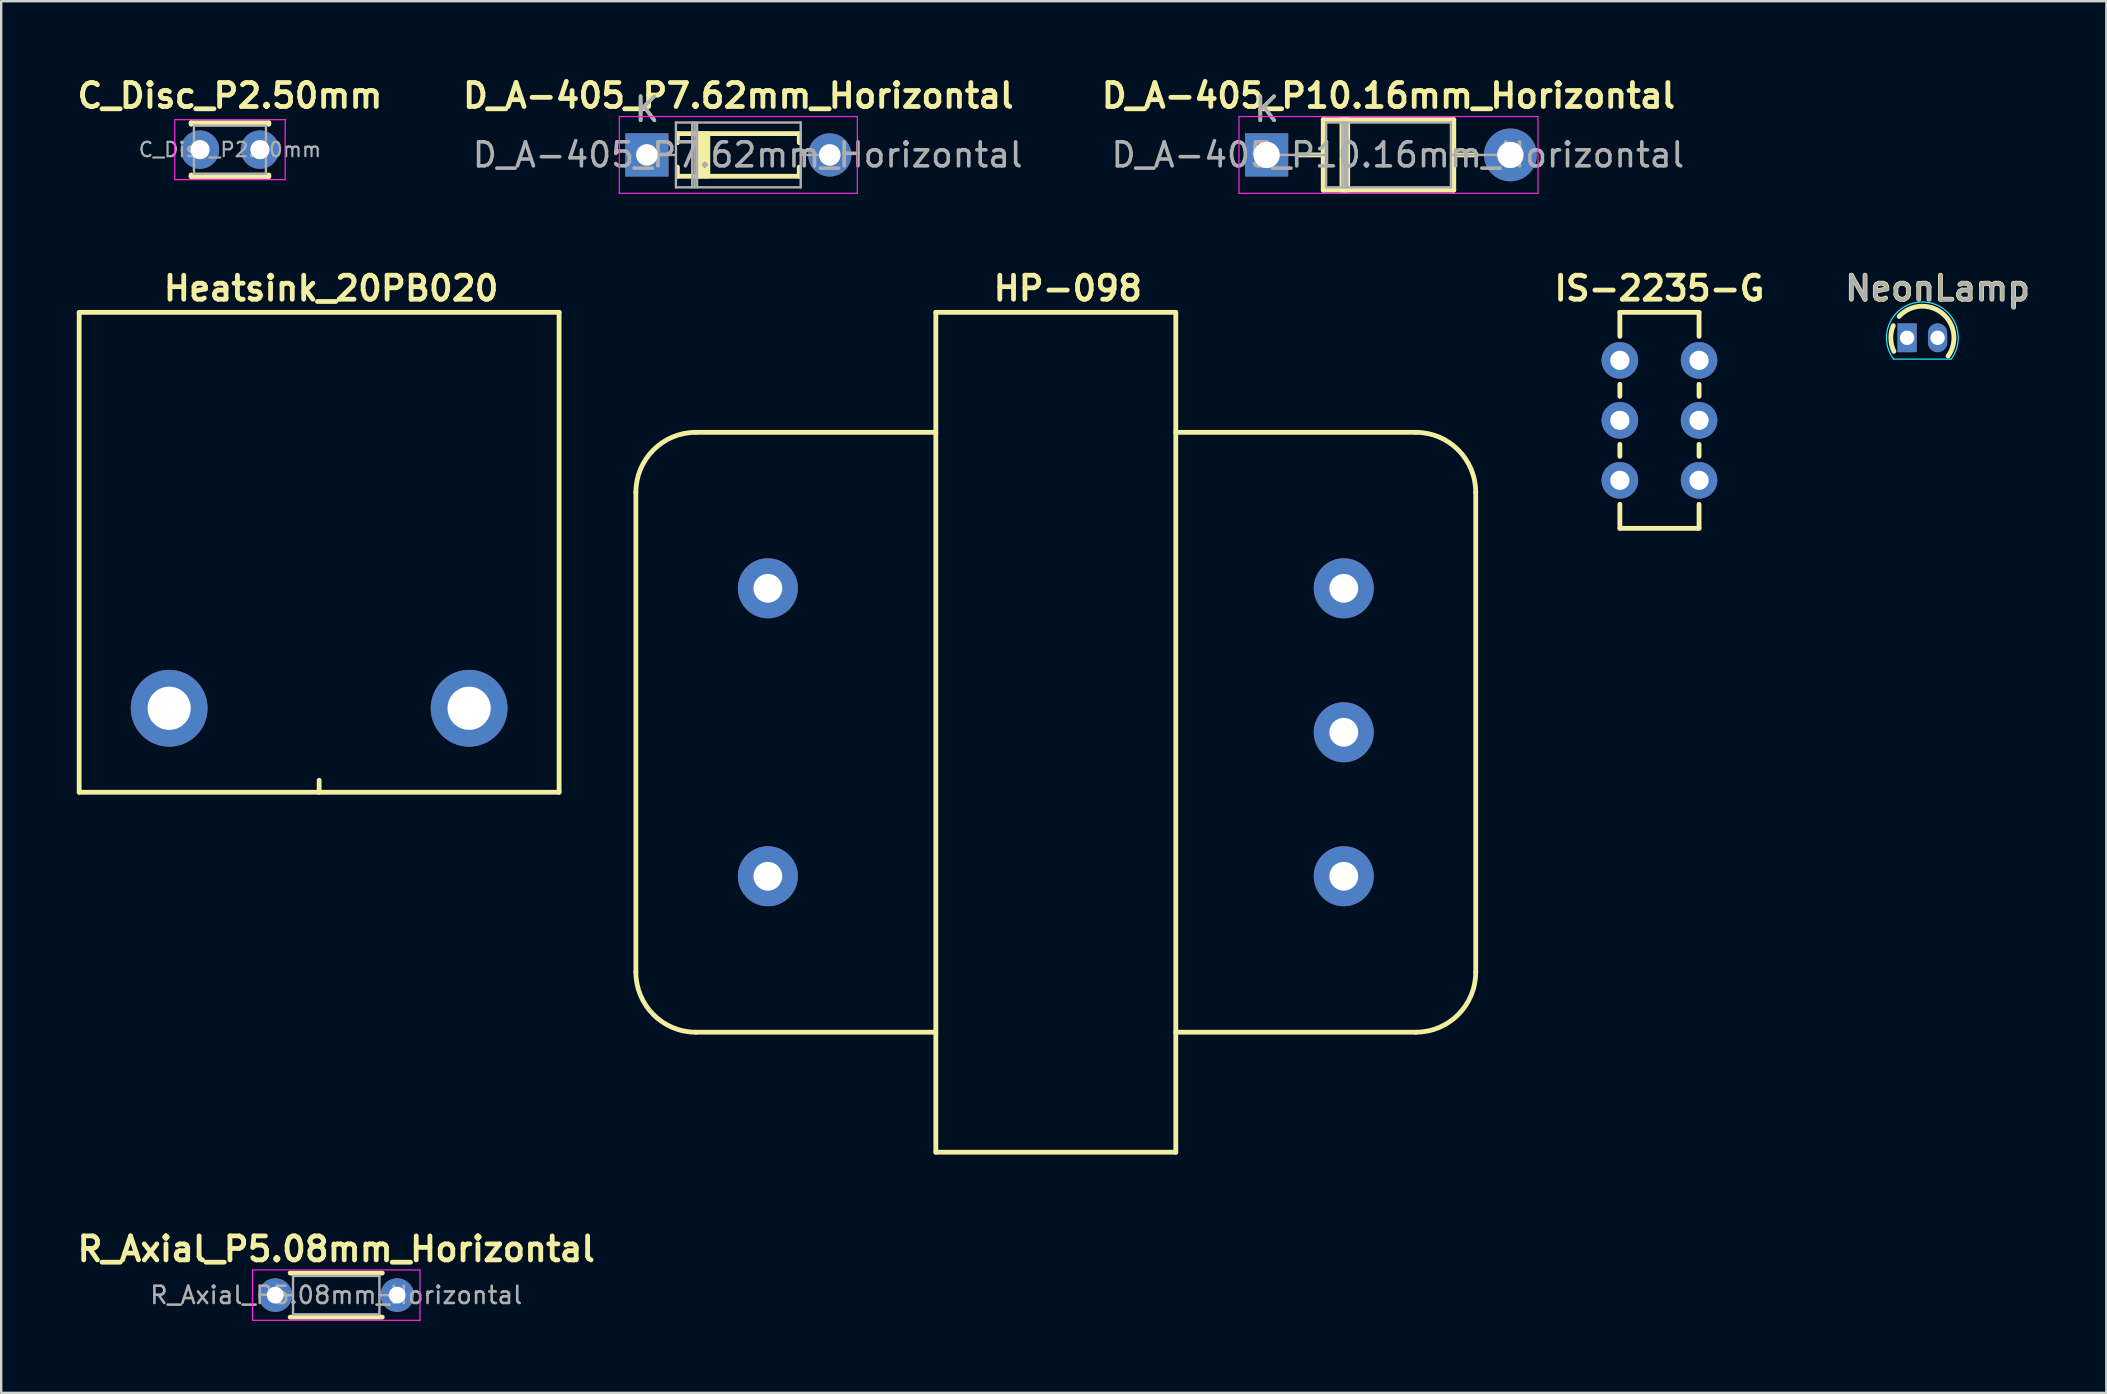
<source format=kicad_pcb>
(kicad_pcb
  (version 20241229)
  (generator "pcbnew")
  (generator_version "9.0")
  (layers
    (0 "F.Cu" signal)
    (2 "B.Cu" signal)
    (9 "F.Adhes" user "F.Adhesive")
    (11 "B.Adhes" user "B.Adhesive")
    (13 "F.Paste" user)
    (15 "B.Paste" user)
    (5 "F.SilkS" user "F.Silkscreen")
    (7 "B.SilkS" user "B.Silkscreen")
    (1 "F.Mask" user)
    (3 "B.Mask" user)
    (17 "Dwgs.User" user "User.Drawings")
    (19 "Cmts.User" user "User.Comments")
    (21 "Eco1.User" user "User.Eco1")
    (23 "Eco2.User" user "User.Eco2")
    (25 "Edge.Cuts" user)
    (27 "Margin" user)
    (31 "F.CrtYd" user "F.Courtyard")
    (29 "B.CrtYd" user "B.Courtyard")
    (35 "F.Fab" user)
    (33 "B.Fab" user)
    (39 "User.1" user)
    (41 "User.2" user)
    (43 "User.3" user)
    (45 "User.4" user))
  (footprint "R_Axial_P5.08mm_Horizontal"
    (layer "F.Cu")
    (at 8.422 50.923)
    (property "Reference" "R_Axial_P5.08mm_Horizontal" (at 2.54 -1.92 0) (layer "F.SilkS") (effects (font (size 1 1) (thickness 0.2))))
    (attr through_hole)
    (fp_line (start 0.62 -0.92) (end 4.46 -0.92) (stroke (width 0.2) (type solid)) (layer "F.SilkS"))
    (fp_line (start 0.62 0.92) (end 4.46 0.92) (stroke (width 0.2) (type solid)) (layer "F.SilkS"))
    (fp_line (start -0.95 -1.05) (end -0.95 1.05) (stroke (width 0.05) (type solid)) (layer "F.CrtYd"))
    (fp_line (start -0.95 1.05) (end 6.03 1.05) (stroke (width 0.05) (type solid)) (layer "F.CrtYd"))
    (fp_line (start 6.03 -1.05) (end -0.95 -1.05) (stroke (width 0.05) (type solid)) (layer "F.CrtYd"))
    (fp_line (start 6.03 1.05) (end 6.03 -1.05) (stroke (width 0.05) (type solid)) (layer "F.CrtYd"))
    (fp_line (start 0 0) (end 0.74 0) (stroke (width 0.1) (type solid)) (layer "F.Fab"))
    (fp_line (start 0.74 -0.8) (end 0.74 0.8) (stroke (width 0.1) (type solid)) (layer "F.Fab"))
    (fp_line (start 0.74 0.8) (end 4.34 0.8) (stroke (width 0.1) (type solid)) (layer "F.Fab"))
    (fp_line (start 4.34 -0.8) (end 0.74 -0.8) (stroke (width 0.1) (type solid)) (layer "F.Fab"))
    (fp_line (start 4.34 0.8) (end 4.34 -0.8) (stroke (width 0.1) (type solid)) (layer "F.Fab"))
    (fp_line (start 5.08 0) (end 4.34 0) (stroke (width 0.1) (type solid)) (layer "F.Fab"))
    (fp_text user "${REFERENCE}" (at 2.54 0 0) (layer "F.Fab") (effects (font (size 0.72 0.72) (thickness 0.108))))
    (pad "1" thru_hole circle (at 0 0) (size 1.4 1.4) (drill 0.7) (layers "*.Cu" "*.Mask"))
    (pad "2" thru_hole oval (at 5.08 0) (size 1.4 1.4) (drill 0.7) (layers "*.Cu" "*.Mask")))
  (footprint "D_A-405_P10.16mm_Horizontal"
    (layer "F.Cu")
    (at 49.735 3.406)
    (property "Reference" "D_A-405_P10.16mm_Horizontal" (at 5.08 -2.47 0) (layer "F.SilkS") (effects (font (size 1 1) (thickness 0.2))))
    (attr through_hole)
    (fp_line (start 1.25 0) (end 2.36 0) (stroke (width 0.2) (type solid)) (layer "F.SilkS"))
    (fp_line (start 2.36 -1.47) (end 2.36 1.47) (stroke (width 0.2) (type solid)) (layer "F.SilkS"))
    (fp_line (start 2.36 1.47) (end 7.8 1.47) (stroke (width 0.2) (type solid)) (layer "F.SilkS"))
    (fp_line (start 3.14 -1.47) (end 3.14 1.47) (stroke (width 0.2) (type solid)) (layer "F.SilkS"))
    (fp_line (start 3.26 -1.47) (end 3.26 1.47) (stroke (width 0.2) (type solid)) (layer "F.SilkS"))
    (fp_line (start 3.38 -1.47) (end 3.38 1.47) (stroke (width 0.2) (type solid)) (layer "F.SilkS"))
    (fp_line (start 7.8 -1.47) (end 2.36 -1.47) (stroke (width 0.2) (type solid)) (layer "F.SilkS"))
    (fp_line (start 7.8 1.47) (end 7.8 -1.47) (stroke (width 0.2) (type solid)) (layer "F.SilkS"))
    (fp_line (start 8.75 0) (end 7.8 0) (stroke (width 0.2) (type solid)) (layer "F.SilkS"))
    (fp_line (start -1.15 -1.6) (end -1.15 1.6) (stroke (width 0.05) (type solid)) (layer "F.CrtYd"))
    (fp_line (start -1.15 1.6) (end 11.31 1.6) (stroke (width 0.05) (type solid)) (layer "F.CrtYd"))
    (fp_line (start 11.31 -1.6) (end -1.15 -1.6) (stroke (width 0.05) (type solid)) (layer "F.CrtYd"))
    (fp_line (start 11.31 1.6) (end 11.31 -1.6) (stroke (width 0.05) (type solid)) (layer "F.CrtYd"))
    (fp_line (start 0 0) (end 2.48 0) (stroke (width 0.1) (type solid)) (layer "F.Fab"))
    (fp_line (start 2.48 -1.35) (end 2.48 1.35) (stroke (width 0.1) (type solid)) (layer "F.Fab"))
    (fp_line (start 2.48 1.35) (end 7.68 1.35) (stroke (width 0.1) (type solid)) (layer "F.Fab"))
    (fp_line (start 3.16 -1.35) (end 3.16 1.35) (stroke (width 0.1) (type solid)) (layer "F.Fab"))
    (fp_line (start 3.26 -1.35) (end 3.26 1.35) (stroke (width 0.1) (type solid)) (layer "F.Fab"))
    (fp_line (start 3.36 -1.35) (end 3.36 1.35) (stroke (width 0.1) (type solid)) (layer "F.Fab"))
    (fp_line (start 7.68 -1.35) (end 2.48 -1.35) (stroke (width 0.1) (type solid)) (layer "F.Fab"))
    (fp_line (start 7.68 1.35) (end 7.68 -1.35) (stroke (width 0.1) (type solid)) (layer "F.Fab"))
    (fp_line (start 10.16 0) (end 7.68 0) (stroke (width 0.1) (type solid)) (layer "F.Fab"))
    (fp_text user "K" (at 0 -1.9 0) (layer "F.SilkS") (effects (font (size 1 1) (thickness 0.15))))
    (fp_text user "${REFERENCE}" (at 5.47 0 0) (layer "F.Fab") (effects (font (size 1 1) (thickness 0.15))))
    (fp_text user "K" (at 0 -1.9 0) (layer "F.Fab") (effects (font (size 1 1) (thickness 0.15))))
    (pad "1" thru_hole rect (at 0 0) (size 1.8 1.8) (drill 1.1) (layers "*.Cu" "*.Mask"))
    (pad "2" thru_hole oval (at 10.16 0) (size 2.2 2.2) (drill 1.1) (layers "*.Cu" "*.Mask")))
  (footprint "HP-098"
    (layer "F.Cu")
    (at 28.95 33.467)
    (property "Reference" "HP-098" (at 12.5 -24.5 0) (layer "F.SilkS") (effects (font (size 1 1) (thickness 0.2))))
    (attr through_hole)
    (fp_line (start -5.5 4) (end -5.5 -16) (stroke (width 0.2) (type solid)) (layer "F.SilkS"))
    (fp_line (start 7 -23.5) (end 7 11.5) (stroke (width 0.2) (type solid)) (layer "F.SilkS"))
    (fp_line (start 7 -23.5) (end 17 -23.5) (stroke (width 0.2) (type solid)) (layer "F.SilkS"))
    (fp_line (start 7 -18.5) (end -3 -18.5) (stroke (width 0.2) (type solid)) (layer "F.SilkS"))
    (fp_line (start 7 6.5) (end -3 6.5) (stroke (width 0.2) (type solid)) (layer "F.SilkS"))
    (fp_line (start 7 11.5) (end 17 11.5) (stroke (width 0.2) (type solid)) (layer "F.SilkS"))
    (fp_line (start 17 -18.5) (end 27 -18.5) (stroke (width 0.2) (type solid)) (layer "F.SilkS"))
    (fp_line (start 17 6.5) (end 27 6.5) (stroke (width 0.2) (type solid)) (layer "F.SilkS"))
    (fp_line (start 17 11.5) (end 17 -23.5) (stroke (width 0.2) (type solid)) (layer "F.SilkS"))
    (fp_line (start 29.5 4) (end 29.5 -16) (stroke (width 0.2) (type solid)) (layer "F.SilkS"))
    (fp_arc (start -5.5 -16) (mid -4.767767 -17.767767) (end -3 -18.5) (stroke (width 0.2) (type solid)) (layer "F.SilkS"))
    (fp_arc (start -3 6.5) (mid -4.767767 5.767767) (end -5.5 4) (stroke (width 0.2) (type solid)) (layer "F.SilkS"))
    (fp_arc (start 27 -18.5) (mid 28.767767 -17.767767) (end 29.5 -16) (stroke (width 0.2) (type solid)) (layer "F.SilkS"))
    (fp_arc (start 29.5 4) (mid 28.767767 5.767767) (end 27 6.5) (stroke (width 0.2) (type solid)) (layer "F.SilkS"))
    (pad "1" thru_hole circle (at 0 -12) (size 2.5 2.5) (drill 1.2) (layers "*.Cu" "*.Mask"))
    (pad "2" thru_hole circle (at 0 0) (size 2.5 2.5) (drill 1.2) (layers "*.Cu" "*.Mask"))
    (pad "3" thru_hole circle (at 24 0) (size 2.5 2.5) (drill 1.2) (layers "*.Cu" "*.Mask"))
    (pad "4" thru_hole circle (at 24 -6) (size 2.5 2.5) (drill 1.2) (layers "*.Cu" "*.Mask"))
    (pad "5" thru_hole circle (at 24 -12) (size 2.5 2.5) (drill 1.2) (layers "*.Cu" "*.Mask")))
  (footprint "D_A-405_P7.62mm_Horizontal"
    (layer "F.Cu")
    (at 23.909 3.406)
    (property "Reference" "D_A-405_P7.62mm_Horizontal" (at 3.81 -2.47 0) (layer "F.SilkS") (effects (font (size 1 1) (thickness 0.2))))
    (attr through_hole)
    (fp_line (start 1.27 -0.889) (end 1.27 -0.508) (stroke (width 0.2) (type solid)) (layer "F.SilkS"))
    (fp_line (start 1.27 -0.889) (end 6.35 -0.889) (stroke (width 0.2) (type solid)) (layer "F.SilkS"))
    (fp_line (start 1.27 0.508) (end 1.27 0.889) (stroke (width 0.2) (type solid)) (layer "F.SilkS"))
    (fp_line (start 1.27 0.889) (end 6.35 0.889) (stroke (width 0.2) (type solid)) (layer "F.SilkS"))
    (fp_line (start 2.159 -0.889) (end 2.159 0.889) (stroke (width 0.2) (type solid)) (layer "F.SilkS"))
    (fp_line (start 2.286 -0.889) (end 2.286 0.889) (stroke (width 0.2) (type solid)) (layer "F.SilkS"))
    (fp_line (start 2.413 -0.889) (end 2.413 0.889) (stroke (width 0.2) (type solid)) (layer "F.SilkS"))
    (fp_line (start 2.54 -0.889) (end 2.54 0.889) (stroke (width 0.2) (type solid)) (layer "F.SilkS"))
    (fp_line (start 6.35 -0.889) (end 6.35 -0.508) (stroke (width 0.2) (type solid)) (layer "F.SilkS"))
    (fp_line (start 6.35 0.508) (end 6.35 0.889) (stroke (width 0.2) (type solid)) (layer "F.SilkS"))
    (fp_line (start -1.15 -1.6) (end -1.15 1.6) (stroke (width 0.05) (type solid)) (layer "F.CrtYd"))
    (fp_line (start -1.15 1.6) (end 8.77 1.6) (stroke (width 0.05) (type solid)) (layer "F.CrtYd"))
    (fp_line (start 8.77 -1.6) (end -1.15 -1.6) (stroke (width 0.05) (type solid)) (layer "F.CrtYd"))
    (fp_line (start 8.77 1.6) (end 8.77 -1.6) (stroke (width 0.05) (type solid)) (layer "F.CrtYd"))
    (fp_line (start 0 0) (end 1.21 0) (stroke (width 0.1) (type solid)) (layer "F.Fab"))
    (fp_line (start 1.21 -1.35) (end 1.21 1.35) (stroke (width 0.1) (type solid)) (layer "F.Fab"))
    (fp_line (start 1.21 1.35) (end 6.41 1.35) (stroke (width 0.1) (type solid)) (layer "F.Fab"))
    (fp_line (start 1.89 -1.35) (end 1.89 1.35) (stroke (width 0.1) (type solid)) (layer "F.Fab"))
    (fp_line (start 1.99 -1.35) (end 1.99 1.35) (stroke (width 0.1) (type solid)) (layer "F.Fab"))
    (fp_line (start 2.09 -1.35) (end 2.09 1.35) (stroke (width 0.1) (type solid)) (layer "F.Fab"))
    (fp_line (start 6.41 -1.35) (end 1.21 -1.35) (stroke (width 0.1) (type solid)) (layer "F.Fab"))
    (fp_line (start 6.41 1.35) (end 6.41 -1.35) (stroke (width 0.1) (type solid)) (layer "F.Fab"))
    (fp_line (start 7.62 0) (end 6.41 0) (stroke (width 0.1) (type solid)) (layer "F.Fab"))
    (fp_text user "K" (at 0 -1.9 0) (layer "F.SilkS") (effects (font (size 1 1) (thickness 0.15))))
    (fp_text user "K" (at 0 -1.9 0) (layer "F.Fab") (effects (font (size 1 1) (thickness 0.15))))
    (fp_text user "${REFERENCE}" (at 4.2 0 0) (layer "F.Fab") (effects (font (size 1 1) (thickness 0.15))))
    (pad "1" thru_hole rect (at 0 0) (size 1.8 1.8) (drill 0.9) (layers "*.Cu" "*.Mask"))
    (pad "2" thru_hole oval (at 7.62 0) (size 1.8 1.8) (drill 0.9) (layers "*.Cu" "*.Mask")))
  (footprint "C_Disc_P2.50mm"
    (layer "F.Cu")
    (at 5.283 3.186)
    (property "Reference" "C_Disc_P2.50mm" (at 1.25 -2.25 0) (layer "F.SilkS") (effects (font (size 1 1) (thickness 0.2))))
    (attr through_hole)
    (fp_line (start -0.37 -1.12) (end -0.37 -1.055) (stroke (width 0.2) (type solid)) (layer "F.SilkS"))
    (fp_line (start -0.37 -1.12) (end 2.87 -1.12) (stroke (width 0.2) (type solid)) (layer "F.SilkS"))
    (fp_line (start -0.37 1.055) (end -0.37 1.12) (stroke (width 0.2) (type solid)) (layer "F.SilkS"))
    (fp_line (start -0.37 1.12) (end 2.87 1.12) (stroke (width 0.2) (type solid)) (layer "F.SilkS"))
    (fp_line (start 2.87 -1.12) (end 2.87 -1.055) (stroke (width 0.2) (type solid)) (layer "F.SilkS"))
    (fp_line (start 2.87 1.055) (end 2.87 1.12) (stroke (width 0.2) (type solid)) (layer "F.SilkS"))
    (fp_line (start -1.05 -1.25) (end -1.05 1.25) (stroke (width 0.05) (type solid)) (layer "F.CrtYd"))
    (fp_line (start -1.05 1.25) (end 3.55 1.25) (stroke (width 0.05) (type solid)) (layer "F.CrtYd"))
    (fp_line (start 3.55 -1.25) (end -1.05 -1.25) (stroke (width 0.05) (type solid)) (layer "F.CrtYd"))
    (fp_line (start 3.55 1.25) (end 3.55 -1.25) (stroke (width 0.05) (type solid)) (layer "F.CrtYd"))
    (fp_line (start -0.25 -1) (end -0.25 1) (stroke (width 0.1) (type solid)) (layer "F.Fab"))
    (fp_line (start -0.25 1) (end 2.75 1) (stroke (width 0.1) (type solid)) (layer "F.Fab"))
    (fp_line (start 2.75 -1) (end -0.25 -1) (stroke (width 0.1) (type solid)) (layer "F.Fab"))
    (fp_line (start 2.75 1) (end 2.75 -1) (stroke (width 0.1) (type solid)) (layer "F.Fab"))
    (fp_text user "${REFERENCE}" (at 1.25 0 0) (layer "F.Fab") (effects (font (size 0.6 0.6) (thickness 0.09))))
    (pad "1" thru_hole circle (at 0 0) (size 1.6 1.6) (drill 0.8) (layers "*.Cu" "*.Mask"))
    (pad "2" thru_hole circle (at 2.5 0) (size 1.6 1.6) (drill 0.8) (layers "*.Cu" "*.Mask")))
  (footprint "NeonLamp"
    (layer "F.Cu")
    (at 76.428 11.027)
    (property "Reference" "NeonLamp" (at 1.27 -2.06 0) (layer "F.SilkS") (effects (font (size 1 1) (thickness 0.2))))
    (attr through_hole)
    (fp_arc (start -0.551539 0.564918) (mid -0.678787 0.031177) (end -0.577 -0.508) (stroke (width 0.2) (type solid)) (layer "F.SilkS"))
    (fp_arc (start -0.335027 -0.890599) (mid 1.462933 -1.024034) (end 1.709 0.762) (stroke (width 0.2) (type solid)) (layer "F.SilkS"))
    (fp_line (start -0.572 0.889) (end 1.836 0.889) (stroke (width 0.05) (type solid)) (layer "B.CrtYd"))
    (fp_arc (start -0.572343 0.880366) (mid 0.640357 -1.49422) (end 1.836 0.889) (stroke (width 0.05) (type solid)) (layer "B.CrtYd"))
    (fp_text user "${REFERENCE}" (at 1.27 -2.06 0) (layer "F.Fab") (effects (font (size 1 1) (thickness 0.15))))
    (pad "1" thru_hole rect (at 0 0 180) (size 0.8 1.2) (drill 0.6) (layers "*.Cu" "*.Mask"))
    (pad "2" thru_hole oval (at 1.27 0 180) (size 0.8 1.2) (drill 0.6) (layers "*.Cu" "*.Mask")))
  (footprint "Heatsink_20PB020"
    (layer "F.Cu")
    (at 0.25 29.967)
    (property "Reference" "Heatsink_20PB020" (at 10.5 -21 0) (layer "F.SilkS") (effects (font (size 1 1) (thickness 0.2))))
    (attr through_hole)
    (fp_line (start 0 -20) (end 0 0) (stroke (width 0.2) (type solid)) (layer "F.SilkS"))
    (fp_line (start 0 0) (end 20 0) (stroke (width 0.2) (type solid)) (layer "F.SilkS"))
    (fp_line (start 10 0) (end 10 -0.5) (stroke (width 0.2) (type solid)) (layer "F.SilkS"))
    (fp_line (start 20 -20) (end 0 -20) (stroke (width 0.2) (type solid)) (layer "F.SilkS"))
    (fp_line (start 20 0) (end 20 -20) (stroke (width 0.2) (type solid)) (layer "F.SilkS"))
    (pad "1" thru_hole circle (at 3.75 -3.5) (size 3.2 3.2) (drill 1.8) (layers "*.Cu" "*.Mask"))
    (pad "2" thru_hole circle (at 16.25 -3.5) (size 3.2 3.2) (drill 1.8) (layers "*.Cu" "*.Mask")))
  (footprint "IS-2235-G"
    (layer "F.Cu")
    (at 66.107 14.467)
    (property "Reference" "IS-2235-G" (at 0 -5.5 0) (layer "F.SilkS") (effects (font (size 1 1) (thickness 0.2))))
    (attr through_hole)
    (fp_line (start -1.65 -4.5) (end 1.65 -4.5) (stroke (width 0.2) (type solid)) (layer "F.SilkS"))
    (fp_line (start -1.65 -3.5) (end -1.65 -4.5) (stroke (width 0.2) (type solid)) (layer "F.SilkS"))
    (fp_line (start -1.65 -1.5) (end -1.65 -1) (stroke (width 0.2) (type solid)) (layer "F.SilkS"))
    (fp_line (start -1.65 1) (end -1.65 1.5) (stroke (width 0.2) (type solid)) (layer "F.SilkS"))
    (fp_line (start -1.65 4.5) (end -1.65 3.5) (stroke (width 0.2) (type solid)) (layer "F.SilkS"))
    (fp_line (start -1.65 4.5) (end 1.65 4.5) (stroke (width 0.2) (type solid)) (layer "F.SilkS"))
    (fp_line (start 1.65 -3.5) (end 1.65 -4.5) (stroke (width 0.2) (type solid)) (layer "F.SilkS"))
    (fp_line (start 1.65 -1.5) (end 1.65 -1) (stroke (width 0.2) (type solid)) (layer "F.SilkS"))
    (fp_line (start 1.65 1) (end 1.65 1.5) (stroke (width 0.2) (type solid)) (layer "F.SilkS"))
    (fp_line (start 1.65 4.5) (end 1.65 3.5) (stroke (width 0.2) (type solid)) (layer "F.SilkS"))
    (pad "1" thru_hole circle (at -1.65 -2.5) (size 1.524 1.524) (drill 0.8) (layers "*.Cu" "*.Mask"))
    (pad "2" thru_hole circle (at -1.65 0) (size 1.524 1.524) (drill 0.8) (layers "*.Cu" "*.Mask"))
    (pad "3" thru_hole circle (at -1.65 2.5) (size 1.524 1.524) (drill 0.8) (layers "*.Cu" "*.Mask"))
    (pad "4" thru_hole circle (at 1.65 2.5) (size 1.524 1.524) (drill 0.8) (layers "*.Cu" "*.Mask"))
    (pad "5" thru_hole circle (at 1.65 0) (size 1.524 1.524) (drill 0.8) (layers "*.Cu" "*.Mask"))
    (pad "6" thru_hole circle (at 1.65 -2.5) (size 1.524 1.524) (drill 0.8) (layers "*.Cu" "*.Mask")))
  (gr_rect
    (start -3 -3)
    (end 84.731 54.998)
    (stroke (width 0.1) (type default))
    (fill no)
    (layer "Edge.Cuts")))
</source>
